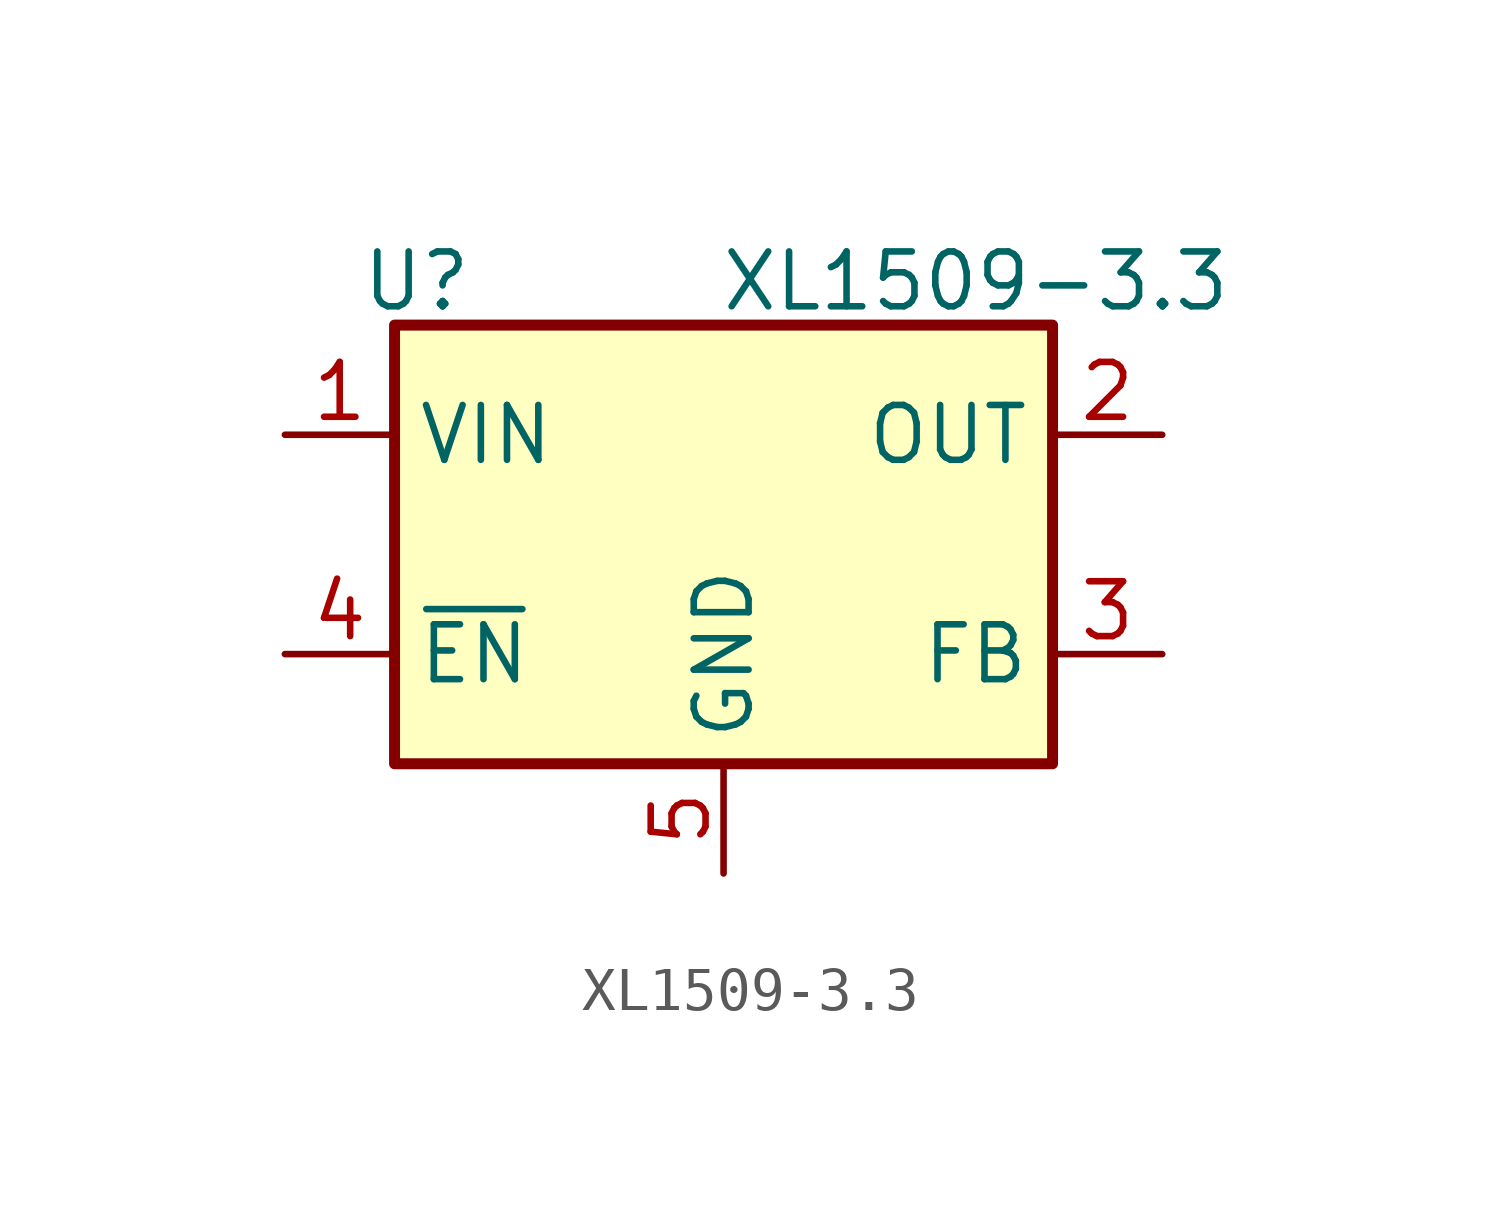
<source format=kicad_sym>
(kicad_symbol_lib
  (version 20220914)
  (generator kicad_symbol_editor)
  (symbol "XL1509-3.3"
    (property "Reference" "U"
      (at -7.112 6.096 0)
      (effects (font (size 1.27 1.27))))
    (property "Value" "XL1509-3.3"
      (at 5.842 6.096 0)
      (effects (font (size 1.27 1.27))))
    (symbol "XL1509-3.3_0_1"
      (rectangle (start -7.62 5.08) (end 7.62 -5.08) (stroke (width 0.254) (type default)) (fill (type background))))
    (symbol "XL1509-3.3_1_1"
      (pin power_in line (at -10.16 2.54 0) (length 2.54) (name "VIN" (effects (font (size 1.27 1.27)))) (number "1" (effects (font (size 1.27 1.27)))))
      (pin power_out line (at 10.16 2.54 180) (length 2.54) (name "OUT" (effects (font (size 1.27 1.27)))) (number "2" (effects (font (size 1.27 1.27)))))
      (pin input line (at 10.16 -2.54 180) (length 2.54) (name "FB" (effects (font (size 1.27 1.27)))) (number "3" (effects (font (size 1.27 1.27)))))
      (pin input line (at -10.16 -2.54 0) (length 2.54) (name "~{EN}" (effects (font (size 1.27 1.27)))) (number "4" (effects (font (size 1.27 1.27)))))
      (pin power_in line (at 0 -7.62 90) (length 2.54) (name "GND" (effects (font (size 1.27 1.27)))) (number "5" (effects (font (size 1.27 1.27)))))
      (pin passive line (at 0 -7.62 90) (length 2.54) hide (name "GND" (effects (font (size 1.27 1.27)))) (number "6" (effects (font (size 1.27 1.27)))))
      (pin passive line (at 0 -7.62 90) (length 2.54) hide (name "GND" (effects (font (size 1.27 1.27)))) (number "7" (effects (font (size 1.27 1.27)))))
      (pin passive line (at 0 -7.62 90) (length 2.54) hide (name "GND" (effects (font (size 1.27 1.27)))) (number "8" (effects (font (size 1.27 1.27)))))
      (pin power_in line (at 0 -7.62 90) (length 2.54) hide (name "EP" (effects (font (size 1.27 1.27)))) (number "9" (effects (font (size 1.27 1.27))))))))
</source>
